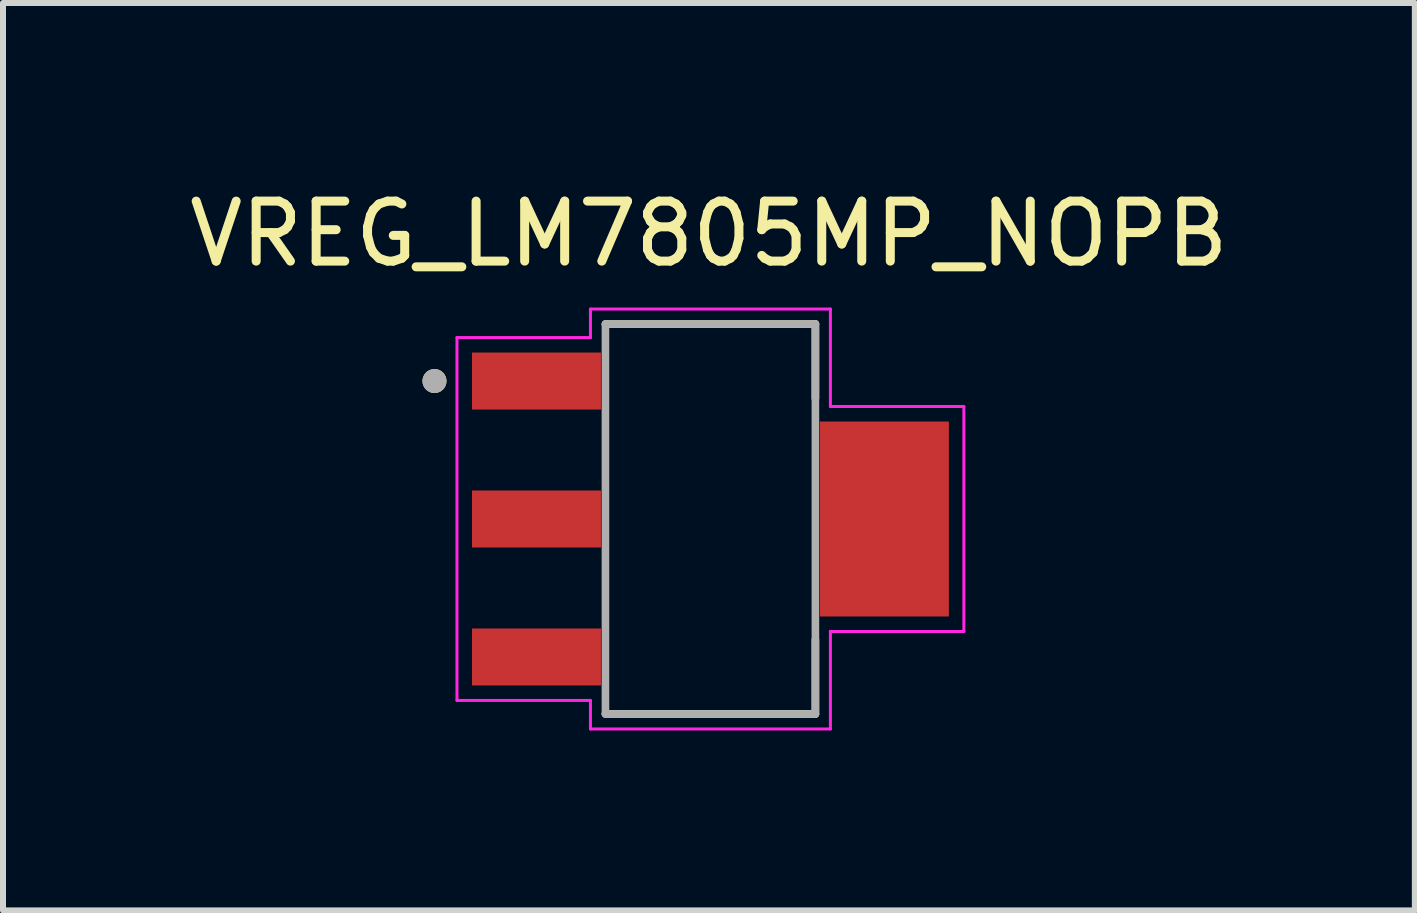
<source format=kicad_pcb>
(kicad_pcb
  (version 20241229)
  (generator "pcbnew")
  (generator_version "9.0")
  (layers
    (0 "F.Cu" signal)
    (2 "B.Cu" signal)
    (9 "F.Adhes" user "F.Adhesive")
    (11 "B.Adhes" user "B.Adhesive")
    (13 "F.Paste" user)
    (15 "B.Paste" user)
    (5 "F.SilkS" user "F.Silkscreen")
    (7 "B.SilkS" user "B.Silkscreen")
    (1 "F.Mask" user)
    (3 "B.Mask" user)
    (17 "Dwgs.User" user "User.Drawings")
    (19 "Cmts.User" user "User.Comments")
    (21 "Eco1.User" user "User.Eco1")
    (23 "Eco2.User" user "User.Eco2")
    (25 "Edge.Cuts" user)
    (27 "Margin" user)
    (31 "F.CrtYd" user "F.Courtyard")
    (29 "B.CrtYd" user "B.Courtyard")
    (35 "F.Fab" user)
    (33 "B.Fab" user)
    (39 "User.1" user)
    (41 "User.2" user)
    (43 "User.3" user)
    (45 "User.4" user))
  (footprint "VREG_LM7805MP_NOPB"
    (layer "F.Cu")
    (at 8.793 5.602)
    (property "Reference" "VREG_LM7805MP_NOPB" (at -0.025 -4.754 0) (layer "F.SilkS") (effects (font (size 1 1) (thickness 0.15))))
    (attr smd)
    (fp_line (start -1.75 -3.25) (end 1.75 -3.25) (stroke (width 0.127) (type solid)) (layer "F.SilkS"))
    (fp_line (start -1.75 3.25) (end 1.75 3.25) (stroke (width 0.127) (type solid)) (layer "F.SilkS"))
    (fp_line (start 1.75 -3.25) (end 1.75 -2.01) (stroke (width 0.127) (type solid)) (layer "F.SilkS"))
    (fp_line (start 1.75 3.25) (end 1.75 2.01) (stroke (width 0.127) (type solid)) (layer "F.SilkS"))
    (fp_circle (center -4.6 -2.3) (end -4.5 -2.3) (stroke (width 0.2) (type solid)) (fill no) (layer "F.SilkS"))
    (fp_line (start -4.225 -3.025) (end -4.225 3.025) (stroke (width 0.05) (type solid)) (layer "F.CrtYd"))
    (fp_line (start -4.225 3.025) (end -2 3.025) (stroke (width 0.05) (type solid)) (layer "F.CrtYd"))
    (fp_line (start -2 -3.5) (end -2 -3.025) (stroke (width 0.05) (type solid)) (layer "F.CrtYd"))
    (fp_line (start -2 -3.025) (end -4.225 -3.025) (stroke (width 0.05) (type solid)) (layer "F.CrtYd"))
    (fp_line (start -2 3.025) (end -2 3.5) (stroke (width 0.05) (type solid)) (layer "F.CrtYd"))
    (fp_line (start -2 3.5) (end 2 3.5) (stroke (width 0.05) (type solid)) (layer "F.CrtYd"))
    (fp_line (start 2 -3.5) (end -2 -3.5) (stroke (width 0.05) (type solid)) (layer "F.CrtYd"))
    (fp_line (start 2 -1.875) (end 2 -3.5) (stroke (width 0.05) (type solid)) (layer "F.CrtYd"))
    (fp_line (start 2 1.875) (end 4.225 1.875) (stroke (width 0.05) (type solid)) (layer "F.CrtYd"))
    (fp_line (start 2 3.5) (end 2 1.875) (stroke (width 0.05) (type solid)) (layer "F.CrtYd"))
    (fp_line (start 4.225 -1.875) (end 2 -1.875) (stroke (width 0.05) (type solid)) (layer "F.CrtYd"))
    (fp_line (start 4.225 1.875) (end 4.225 -1.875) (stroke (width 0.05) (type solid)) (layer "F.CrtYd"))
    (fp_line (start -1.75 -3.25) (end -1.75 3.25) (stroke (width 0.127) (type solid)) (layer "F.Fab"))
    (fp_line (start 1.75 -3.25) (end -1.75 -3.25) (stroke (width 0.127) (type solid)) (layer "F.Fab"))
    (fp_line (start 1.75 -3.25) (end 1.75 3.25) (stroke (width 0.127) (type solid)) (layer "F.Fab"))
    (fp_line (start 1.75 3.25) (end -1.75 3.25) (stroke (width 0.127) (type solid)) (layer "F.Fab"))
    (fp_circle (center -4.6 -2.3) (end -4.5 -2.3) (stroke (width 0.2) (type solid)) (fill no) (layer "F.Fab"))
    (pad "1" smd rect (at -2.9 -2.3) (size 2.15 0.95) (layers "F.Cu" "F.Mask" "F.Paste"))
    (pad "2" smd rect (at -2.9 0) (size 2.15 0.95) (layers "F.Cu" "F.Mask" "F.Paste"))
    (pad "3" smd rect (at -2.9 2.3) (size 2.15 0.95) (layers "F.Cu" "F.Mask" "F.Paste"))
    (pad "4" smd rect (at 2.9 0) (size 2.15 3.25) (layers "F.Cu" "F.Mask" "F.Paste")))
  (gr_rect
    (start -3 -3)
    (end 20.536 12.127)
    (stroke (width 0.1) (type default))
    (fill no)
    (layer "Edge.Cuts")))
</source>
